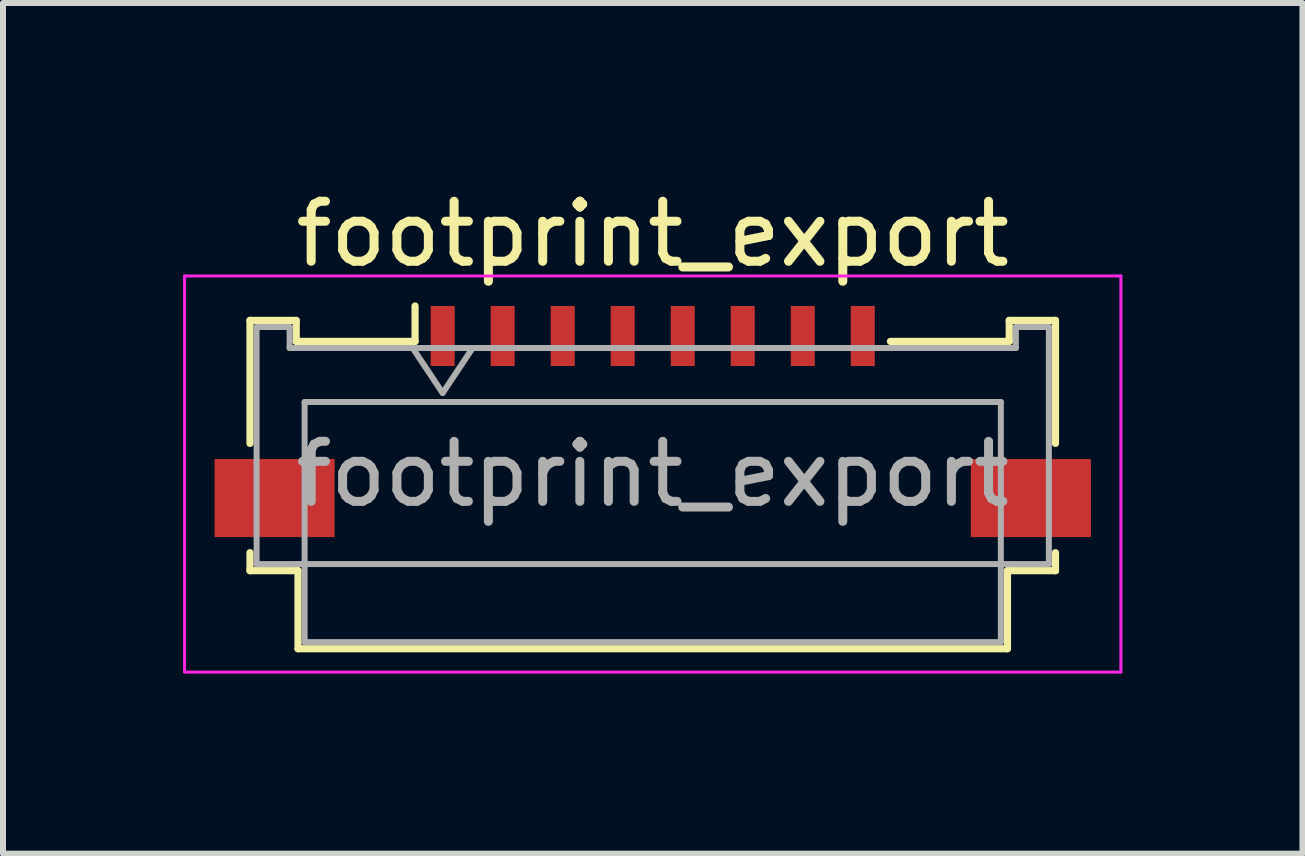
<source format=kicad_pcb>
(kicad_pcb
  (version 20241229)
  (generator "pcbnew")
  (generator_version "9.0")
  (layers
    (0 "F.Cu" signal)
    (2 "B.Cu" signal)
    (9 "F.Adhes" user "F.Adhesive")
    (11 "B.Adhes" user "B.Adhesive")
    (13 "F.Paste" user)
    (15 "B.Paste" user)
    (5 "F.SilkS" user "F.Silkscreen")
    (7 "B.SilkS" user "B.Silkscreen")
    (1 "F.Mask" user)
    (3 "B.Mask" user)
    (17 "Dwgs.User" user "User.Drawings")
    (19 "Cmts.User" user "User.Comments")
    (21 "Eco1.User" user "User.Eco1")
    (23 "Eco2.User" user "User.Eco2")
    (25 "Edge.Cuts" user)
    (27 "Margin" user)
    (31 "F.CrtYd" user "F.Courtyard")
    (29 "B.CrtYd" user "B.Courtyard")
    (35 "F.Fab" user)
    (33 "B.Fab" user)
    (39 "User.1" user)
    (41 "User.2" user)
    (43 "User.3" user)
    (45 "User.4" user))
  (footprint "footprint_export"
    (layer "F.Cu")
    (at 7.825 3.458)
    (property "Reference" "footprint_export" (at 0 -2.61 0) (layer "F.SilkS") (effects (font (size 1 1) (thickness 0.15))))
    (attr smd)
    (fp_line (start -6.71 -1.17) (end -6.71 0.88) (stroke (width 0.12) (type solid)) (layer "F.SilkS"))
    (fp_line (start -6.71 2.7) (end -6.71 3) (stroke (width 0.12) (type solid)) (layer "F.SilkS"))
    (fp_line (start -6.71 3) (end -5.91 3) (stroke (width 0.12) (type solid)) (layer "F.SilkS"))
    (fp_line (start -5.94 -1.17) (end -6.71 -1.17) (stroke (width 0.12) (type solid)) (layer "F.SilkS"))
    (fp_line (start -5.94 -0.82) (end -5.94 -1.17) (stroke (width 0.12) (type solid)) (layer "F.SilkS"))
    (fp_line (start -5.91 3) (end -5.91 4.3) (stroke (width 0.12) (type solid)) (layer "F.SilkS"))
    (fp_line (start -5.91 4.3) (end 5.91 4.3) (stroke (width 0.12) (type solid)) (layer "F.SilkS"))
    (fp_line (start -3.96 -1.41) (end -3.96 -0.82) (stroke (width 0.12) (type solid)) (layer "F.SilkS"))
    (fp_line (start -3.96 -0.82) (end -5.94 -0.82) (stroke (width 0.12) (type solid)) (layer "F.SilkS"))
    (fp_line (start 5.91 3) (end 6.71 3) (stroke (width 0.12) (type solid)) (layer "F.SilkS"))
    (fp_line (start 5.91 4.3) (end 5.91 3) (stroke (width 0.12) (type solid)) (layer "F.SilkS"))
    (fp_line (start 5.94 -1.17) (end 5.94 -0.82) (stroke (width 0.12) (type solid)) (layer "F.SilkS"))
    (fp_line (start 5.94 -0.82) (end 3.96 -0.82) (stroke (width 0.12) (type solid)) (layer "F.SilkS"))
    (fp_line (start 6.71 -1.17) (end 5.94 -1.17) (stroke (width 0.12) (type solid)) (layer "F.SilkS"))
    (fp_line (start 6.71 0.88) (end 6.71 -1.17) (stroke (width 0.12) (type solid)) (layer "F.SilkS"))
    (fp_line (start 6.71 3) (end 6.71 2.7) (stroke (width 0.12) (type solid)) (layer "F.SilkS"))
    (fp_line (start -7.8 -1.91) (end -7.8 4.69) (stroke (width 0.05) (type solid)) (layer "F.CrtYd"))
    (fp_line (start -7.8 4.69) (end 7.8 4.69) (stroke (width 0.05) (type solid)) (layer "F.CrtYd"))
    (fp_line (start 7.8 -1.91) (end -7.8 -1.91) (stroke (width 0.05) (type solid)) (layer "F.CrtYd"))
    (fp_line (start 7.8 4.69) (end 7.8 -1.91) (stroke (width 0.05) (type solid)) (layer "F.CrtYd"))
    (fp_line (start -6.6 -1.06) (end -6.6 2.89) (stroke (width 0.1) (type solid)) (layer "F.Fab"))
    (fp_line (start -6.6 2.89) (end 6.6 2.89) (stroke (width 0.1) (type solid)) (layer "F.Fab"))
    (fp_line (start -6.05 -1.06) (end -6.6 -1.06) (stroke (width 0.1) (type solid)) (layer "F.Fab"))
    (fp_line (start -6.05 -0.71) (end -6.05 -1.06) (stroke (width 0.1) (type solid)) (layer "F.Fab"))
    (fp_line (start -5.8 0.19) (end -5.8 4.19) (stroke (width 0.1) (type solid)) (layer "F.Fab"))
    (fp_line (start -5.8 4.19) (end 5.8 4.19) (stroke (width 0.1) (type solid)) (layer "F.Fab"))
    (fp_line (start -4 -0.71) (end -3.5 0.04) (stroke (width 0.1) (type solid)) (layer "F.Fab"))
    (fp_line (start -3.5 0.04) (end -3 -0.71) (stroke (width 0.1) (type solid)) (layer "F.Fab"))
    (fp_line (start 5.8 0.19) (end -5.8 0.19) (stroke (width 0.1) (type solid)) (layer "F.Fab"))
    (fp_line (start 5.8 4.19) (end 5.8 0.19) (stroke (width 0.1) (type solid)) (layer "F.Fab"))
    (fp_line (start 6.05 -1.06) (end 6.05 -0.71) (stroke (width 0.1) (type solid)) (layer "F.Fab"))
    (fp_line (start 6.05 -0.71) (end -6.05 -0.71) (stroke (width 0.1) (type solid)) (layer "F.Fab"))
    (fp_line (start 6.6 -1.06) (end 6.05 -1.06) (stroke (width 0.1) (type solid)) (layer "F.Fab"))
    (fp_line (start 6.6 2.89) (end 6.6 -1.06) (stroke (width 0.1) (type solid)) (layer "F.Fab"))
    (fp_text user "${REFERENCE}" (at 0 1.39 0) (layer "F.Fab") (effects (font (size 1 1) (thickness 0.15))))
    (pad "1" smd rect (at -3.5 -0.91) (size 0.4 1) (layers "F.Cu" "F.Mask" "F.Paste"))
    (pad "2" smd rect (at -2.5 -0.91) (size 0.4 1) (layers "F.Cu" "F.Mask" "F.Paste"))
    (pad "3" smd rect (at -1.5 -0.91) (size 0.4 1) (layers "F.Cu" "F.Mask" "F.Paste"))
    (pad "4" smd rect (at -0.5 -0.91) (size 0.4 1) (layers "F.Cu" "F.Mask" "F.Paste"))
    (pad "5" smd rect (at 0.5 -0.91) (size 0.4 1) (layers "F.Cu" "F.Mask" "F.Paste"))
    (pad "6" smd rect (at 1.5 -0.91) (size 0.4 1) (layers "F.Cu" "F.Mask" "F.Paste"))
    (pad "7" smd rect (at 2.5 -0.91) (size 0.4 1) (layers "F.Cu" "F.Mask" "F.Paste"))
    (pad "8" smd rect (at 3.5 -0.91) (size 0.4 1) (layers "F.Cu" "F.Mask" "F.Paste"))
    (pad "MP" smd rect (at -6.3 1.79) (size 2 1.3) (layers "F.Cu" "F.Mask" "F.Paste"))
    (pad "MP" smd rect (at 6.3 1.79) (size 2 1.3) (layers "F.Cu" "F.Mask" "F.Paste")))
  (gr_rect
    (start -3 -3)
    (end 18.65 11.173)
    (stroke (width 0.1) (type default))
    (fill no)
    (layer "Edge.Cuts")))
</source>
